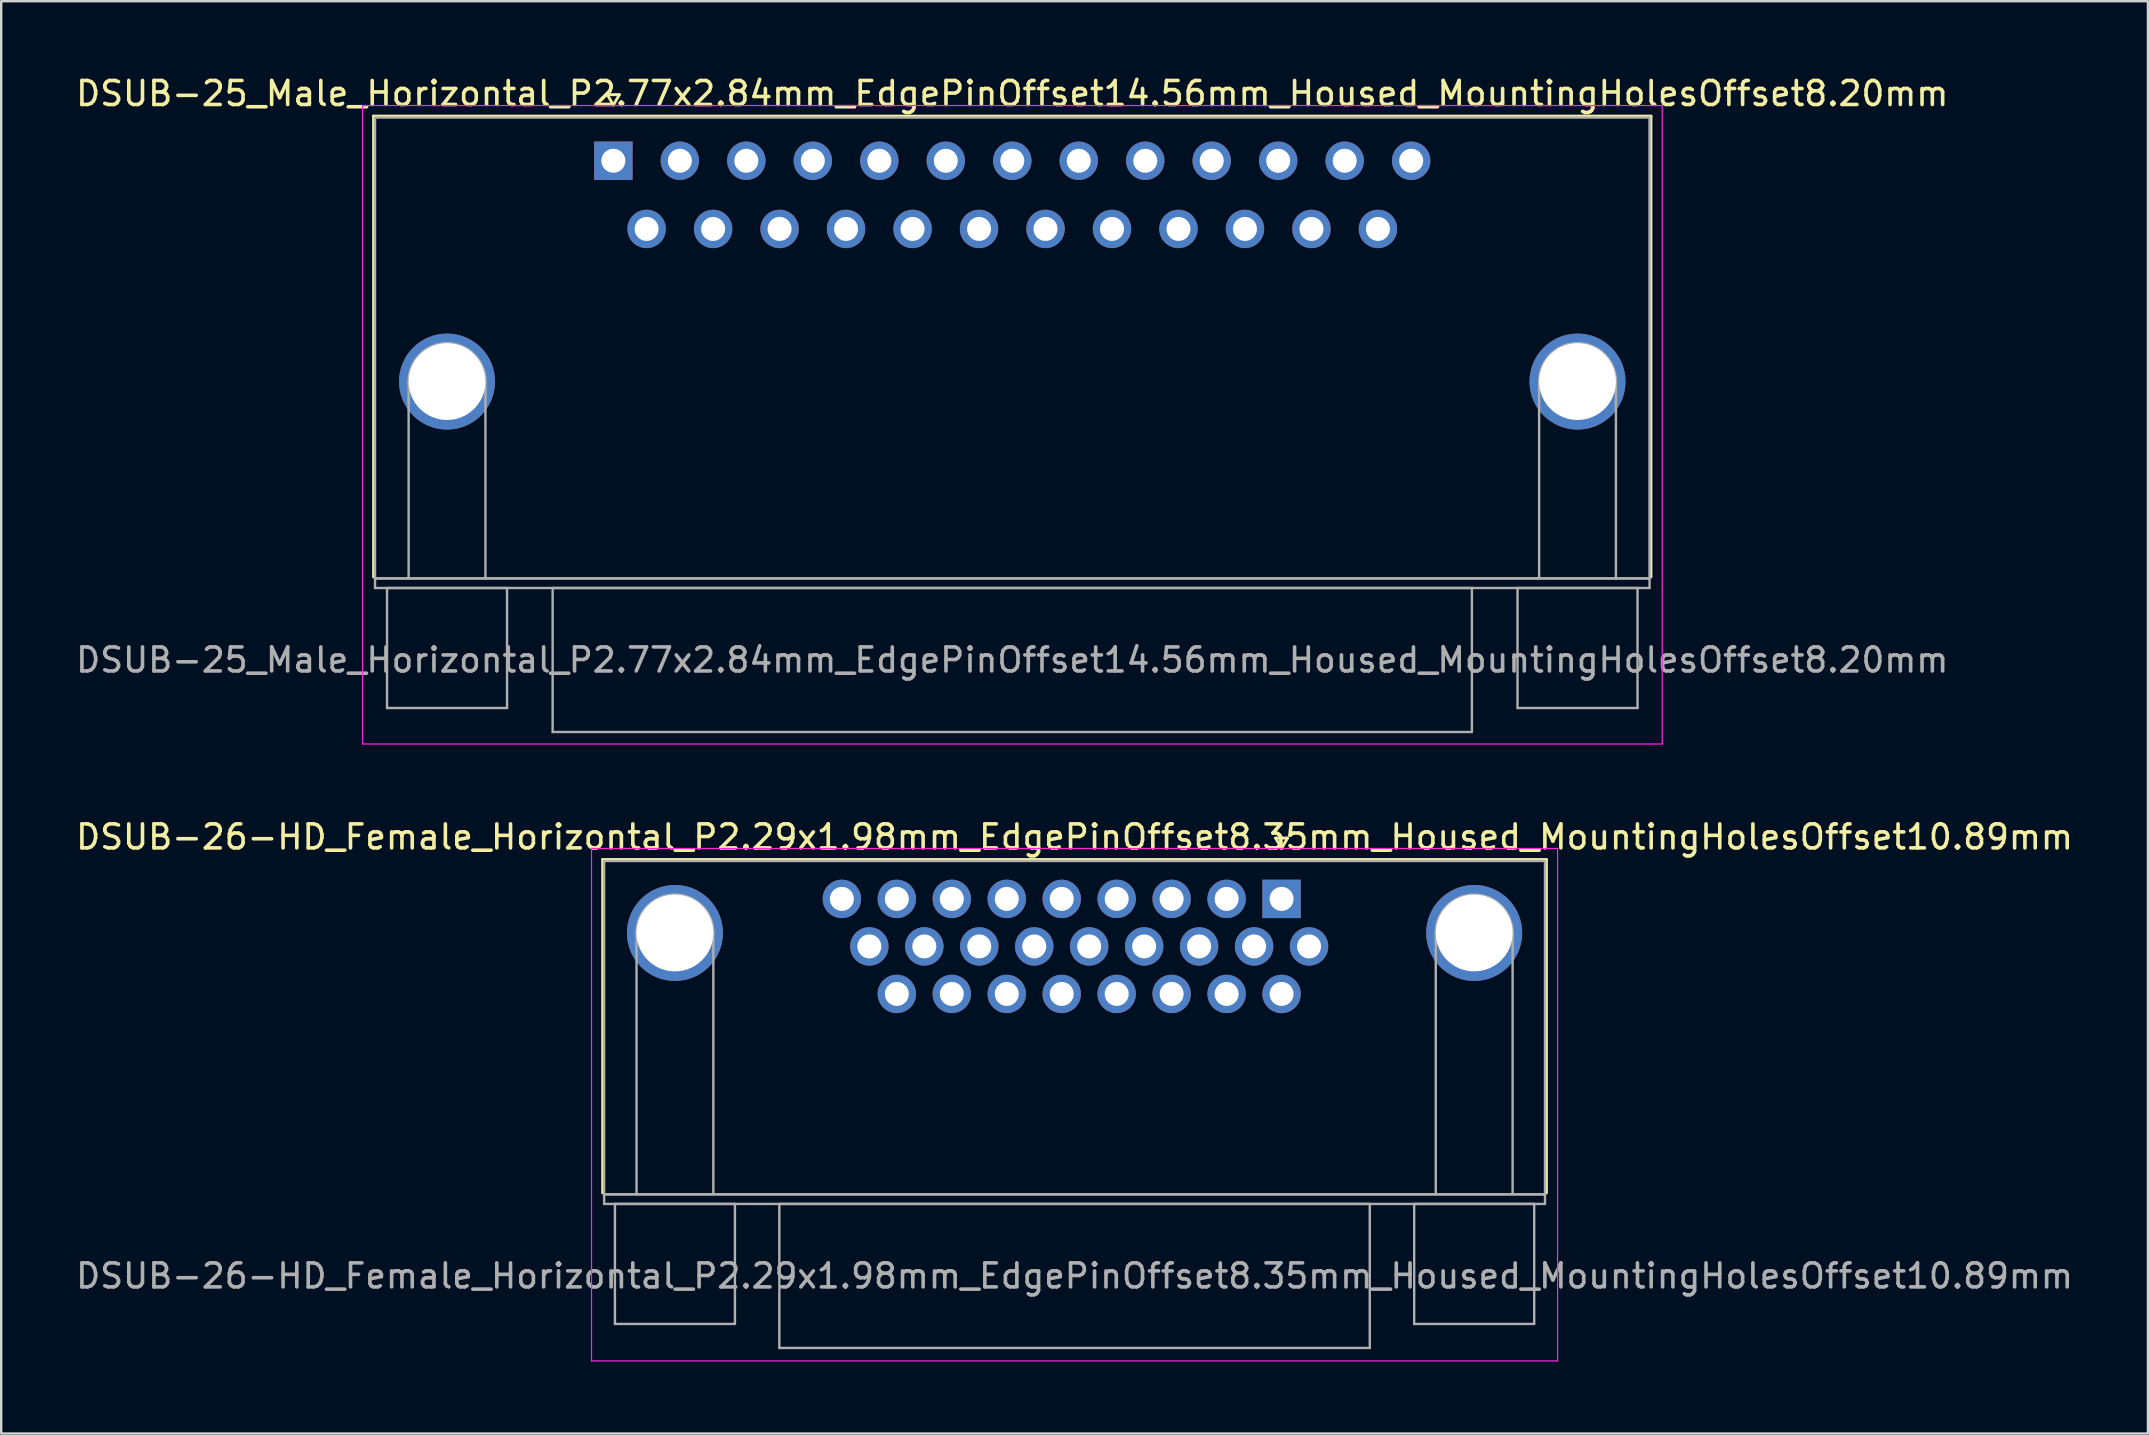
<source format=kicad_pcb>
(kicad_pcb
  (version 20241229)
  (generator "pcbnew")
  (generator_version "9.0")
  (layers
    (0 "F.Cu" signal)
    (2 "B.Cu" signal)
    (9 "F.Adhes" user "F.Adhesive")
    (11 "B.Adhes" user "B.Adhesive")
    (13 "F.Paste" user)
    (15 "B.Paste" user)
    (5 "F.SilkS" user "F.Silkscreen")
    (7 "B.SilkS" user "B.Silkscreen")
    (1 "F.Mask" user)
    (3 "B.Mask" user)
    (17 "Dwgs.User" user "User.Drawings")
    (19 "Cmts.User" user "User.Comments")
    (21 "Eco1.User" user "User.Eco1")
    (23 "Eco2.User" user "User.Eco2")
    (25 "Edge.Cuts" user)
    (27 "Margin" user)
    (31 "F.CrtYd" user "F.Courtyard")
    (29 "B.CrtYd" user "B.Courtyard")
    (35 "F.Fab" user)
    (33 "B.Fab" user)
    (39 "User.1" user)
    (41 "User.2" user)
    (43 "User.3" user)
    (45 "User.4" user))
  (footprint "DSUB-26-HD_Female_Horizontal_P2.29x1.98mm_EdgePinOffset8.35mm_Housed_MountingHolesOffset10.89mm"
    (layer "F.Cu")
    (at 50.345 34.401)
    (property "Reference" "DSUB-26-HD_Female_Horizontal_P2.29x1.98mm_EdgePinOffset8.35mm_Housed_MountingHolesOffset10.89mm" (at -8.625 -2.58 0) (layer "F.SilkS") (effects (font (size 1 1) (thickness 0.15))))
    (attr through_hole)
    (fp_line (start -28.285 -1.64) (end 11.035 -1.64) (stroke (width 0.12) (type solid)) (layer "F.SilkS"))
    (fp_line (start -28.285 12.25) (end -28.285 -1.64) (stroke (width 0.12) (type solid)) (layer "F.SilkS"))
    (fp_line (start -0.25 -2.534) (end 0.25 -2.534) (stroke (width 0.12) (type solid)) (layer "F.SilkS"))
    (fp_line (start 0 -2.101) (end -0.25 -2.534) (stroke (width 0.12) (type solid)) (layer "F.SilkS"))
    (fp_line (start 0.25 -2.534) (end 0 -2.101) (stroke (width 0.12) (type solid)) (layer "F.SilkS"))
    (fp_line (start 11.035 -1.64) (end 11.035 12.25) (stroke (width 0.12) (type solid)) (layer "F.SilkS"))
    (fp_line (start -28.75 -2.1) (end -28.75 19.25) (stroke (width 0.05) (type solid)) (layer "F.CrtYd"))
    (fp_line (start -28.75 19.25) (end 11.5 19.25) (stroke (width 0.05) (type solid)) (layer "F.CrtYd"))
    (fp_line (start 11.5 -2.1) (end -28.75 -2.1) (stroke (width 0.05) (type solid)) (layer "F.CrtYd"))
    (fp_line (start 11.5 19.25) (end 11.5 -2.1) (stroke (width 0.05) (type solid)) (layer "F.CrtYd"))
    (fp_line (start -28.225 -1.58) (end -28.225 12.31) (stroke (width 0.1) (type solid)) (layer "F.Fab"))
    (fp_line (start -28.225 12.31) (end -28.225 12.71) (stroke (width 0.1) (type solid)) (layer "F.Fab"))
    (fp_line (start -28.225 12.31) (end 10.975 12.31) (stroke (width 0.1) (type solid)) (layer "F.Fab"))
    (fp_line (start -28.225 12.71) (end 10.975 12.71) (stroke (width 0.1) (type solid)) (layer "F.Fab"))
    (fp_line (start -27.775 12.71) (end -27.775 17.71) (stroke (width 0.1) (type solid)) (layer "F.Fab"))
    (fp_line (start -27.775 17.71) (end -22.775 17.71) (stroke (width 0.1) (type solid)) (layer "F.Fab"))
    (fp_line (start -26.875 12.31) (end -26.875 1.42) (stroke (width 0.1) (type solid)) (layer "F.Fab"))
    (fp_line (start -23.675 12.31) (end -23.675 1.42) (stroke (width 0.1) (type solid)) (layer "F.Fab"))
    (fp_line (start -22.775 12.71) (end -27.775 12.71) (stroke (width 0.1) (type solid)) (layer "F.Fab"))
    (fp_line (start -22.775 17.71) (end -22.775 12.71) (stroke (width 0.1) (type solid)) (layer "F.Fab"))
    (fp_line (start -20.925 12.71) (end -20.925 18.71) (stroke (width 0.1) (type solid)) (layer "F.Fab"))
    (fp_line (start -20.925 18.71) (end 3.675 18.71) (stroke (width 0.1) (type solid)) (layer "F.Fab"))
    (fp_line (start 3.675 12.71) (end -20.925 12.71) (stroke (width 0.1) (type solid)) (layer "F.Fab"))
    (fp_line (start 3.675 18.71) (end 3.675 12.71) (stroke (width 0.1) (type solid)) (layer "F.Fab"))
    (fp_line (start 5.525 12.71) (end 5.525 17.71) (stroke (width 0.1) (type solid)) (layer "F.Fab"))
    (fp_line (start 5.525 17.71) (end 10.525 17.71) (stroke (width 0.1) (type solid)) (layer "F.Fab"))
    (fp_line (start 6.425 12.31) (end 6.425 1.42) (stroke (width 0.1) (type solid)) (layer "F.Fab"))
    (fp_line (start 9.625 12.31) (end 9.625 1.42) (stroke (width 0.1) (type solid)) (layer "F.Fab"))
    (fp_line (start 10.525 12.71) (end 5.525 12.71) (stroke (width 0.1) (type solid)) (layer "F.Fab"))
    (fp_line (start 10.525 17.71) (end 10.525 12.71) (stroke (width 0.1) (type solid)) (layer "F.Fab"))
    (fp_line (start 10.975 -1.58) (end -28.225 -1.58) (stroke (width 0.1) (type solid)) (layer "F.Fab"))
    (fp_line (start 10.975 12.31) (end -28.225 12.31) (stroke (width 0.1) (type solid)) (layer "F.Fab"))
    (fp_line (start 10.975 12.31) (end 10.975 -1.58) (stroke (width 0.1) (type solid)) (layer "F.Fab"))
    (fp_line (start 10.975 12.71) (end 10.975 12.31) (stroke (width 0.1) (type solid)) (layer "F.Fab"))
    (fp_arc (start -26.875 1.42) (mid -25.275 -0.18) (end -23.675 1.42) (stroke (width 0.1) (type solid)) (layer "F.Fab"))
    (fp_arc (start 6.425 1.42) (mid 8.025 -0.18) (end 9.625 1.42) (stroke (width 0.1) (type solid)) (layer "F.Fab"))
    (fp_text user "${REFERENCE}" (at -8.625 15.71 0) (layer "F.Fab") (effects (font (size 1 1) (thickness 0.15))))
    (pad "0" thru_hole circle (at -25.275 1.42) (size 4 4) (drill 3.2) (layers "*.Cu" "*.Mask"))
    (pad "0" thru_hole circle (at 8.025 1.42) (size 4 4) (drill 3.2) (layers "*.Cu" "*.Mask"))
    (pad "1" thru_hole rect (at 0 0) (size 1.6 1.6) (drill 1) (layers "*.Cu" "*.Mask"))
    (pad "2" thru_hole circle (at -2.29 0) (size 1.6 1.6) (drill 1) (layers "*.Cu" "*.Mask"))
    (pad "3" thru_hole circle (at -4.58 0) (size 1.6 1.6) (drill 1) (layers "*.Cu" "*.Mask"))
    (pad "4" thru_hole circle (at -6.87 0) (size 1.6 1.6) (drill 1) (layers "*.Cu" "*.Mask"))
    (pad "5" thru_hole circle (at -9.16 0) (size 1.6 1.6) (drill 1) (layers "*.Cu" "*.Mask"))
    (pad "6" thru_hole circle (at -11.45 0) (size 1.6 1.6) (drill 1) (layers "*.Cu" "*.Mask"))
    (pad "7" thru_hole circle (at -13.74 0) (size 1.6 1.6) (drill 1) (layers "*.Cu" "*.Mask"))
    (pad "8" thru_hole circle (at -16.03 0) (size 1.6 1.6) (drill 1) (layers "*.Cu" "*.Mask"))
    (pad "9" thru_hole circle (at -18.32 0) (size 1.6 1.6) (drill 1) (layers "*.Cu" "*.Mask"))
    (pad "10" thru_hole circle (at 1.145 1.98) (size 1.6 1.6) (drill 1) (layers "*.Cu" "*.Mask"))
    (pad "11" thru_hole circle (at -1.145 1.98) (size 1.6 1.6) (drill 1) (layers "*.Cu" "*.Mask"))
    (pad "12" thru_hole circle (at -3.435 1.98) (size 1.6 1.6) (drill 1) (layers "*.Cu" "*.Mask"))
    (pad "13" thru_hole circle (at -5.725 1.98) (size 1.6 1.6) (drill 1) (layers "*.Cu" "*.Mask"))
    (pad "14" thru_hole circle (at -8.015 1.98) (size 1.6 1.6) (drill 1) (layers "*.Cu" "*.Mask"))
    (pad "15" thru_hole circle (at -10.305 1.98) (size 1.6 1.6) (drill 1) (layers "*.Cu" "*.Mask"))
    (pad "16" thru_hole circle (at -12.595 1.98) (size 1.6 1.6) (drill 1) (layers "*.Cu" "*.Mask"))
    (pad "17" thru_hole circle (at -14.885 1.98) (size 1.6 1.6) (drill 1) (layers "*.Cu" "*.Mask"))
    (pad "18" thru_hole circle (at -17.175 1.98) (size 1.6 1.6) (drill 1) (layers "*.Cu" "*.Mask"))
    (pad "19" thru_hole circle (at 0 3.96) (size 1.6 1.6) (drill 1) (layers "*.Cu" "*.Mask"))
    (pad "20" thru_hole circle (at -2.29 3.96) (size 1.6 1.6) (drill 1) (layers "*.Cu" "*.Mask"))
    (pad "21" thru_hole circle (at -4.58 3.96) (size 1.6 1.6) (drill 1) (layers "*.Cu" "*.Mask"))
    (pad "22" thru_hole circle (at -6.87 3.96) (size 1.6 1.6) (drill 1) (layers "*.Cu" "*.Mask"))
    (pad "23" thru_hole circle (at -9.16 3.96) (size 1.6 1.6) (drill 1) (layers "*.Cu" "*.Mask"))
    (pad "24" thru_hole circle (at -11.45 3.96) (size 1.6 1.6) (drill 1) (layers "*.Cu" "*.Mask"))
    (pad "25" thru_hole circle (at -13.74 3.96) (size 1.6 1.6) (drill 1) (layers "*.Cu" "*.Mask"))
    (pad "26" thru_hole circle (at -16.03 3.96) (size 1.6 1.6) (drill 1) (layers "*.Cu" "*.Mask")))
  (footprint "DSUB-25_Male_Horizontal_P2.77x2.84mm_EdgePinOffset14.56mm_Housed_MountingHolesOffset8.20mm"
    (layer "F.Cu")
    (at 22.505 3.648)
    (property "Reference" "DSUB-25_Male_Horizontal_P2.77x2.84mm_EdgePinOffset14.56mm_Housed_MountingHolesOffset8.20mm" (at 16.62 -2.8 0) (layer "F.SilkS") (effects (font (size 1 1) (thickness 0.15))))
    (attr through_hole)
    (fp_line (start -9.99 -1.86) (end 43.23 -1.86) (stroke (width 0.12) (type solid)) (layer "F.SilkS"))
    (fp_line (start -9.99 17.34) (end -9.99 -1.86) (stroke (width 0.12) (type solid)) (layer "F.SilkS"))
    (fp_line (start -0.25 -2.754) (end 0.25 -2.754) (stroke (width 0.12) (type solid)) (layer "F.SilkS"))
    (fp_line (start 0 -2.321) (end -0.25 -2.754) (stroke (width 0.12) (type solid)) (layer "F.SilkS"))
    (fp_line (start 0.25 -2.754) (end 0 -2.321) (stroke (width 0.12) (type solid)) (layer "F.SilkS"))
    (fp_line (start 43.23 -1.86) (end 43.23 17.34) (stroke (width 0.12) (type solid)) (layer "F.SilkS"))
    (fp_line (start -10.45 -2.3) (end -10.45 24.3) (stroke (width 0.05) (type solid)) (layer "F.CrtYd"))
    (fp_line (start -10.45 24.3) (end 43.7 24.3) (stroke (width 0.05) (type solid)) (layer "F.CrtYd"))
    (fp_line (start 43.7 -2.3) (end -10.45 -2.3) (stroke (width 0.05) (type solid)) (layer "F.CrtYd"))
    (fp_line (start 43.7 24.3) (end 43.7 -2.3) (stroke (width 0.05) (type solid)) (layer "F.CrtYd"))
    (fp_line (start -9.93 -1.8) (end -9.93 17.4) (stroke (width 0.1) (type solid)) (layer "F.Fab"))
    (fp_line (start -9.93 17.4) (end -9.93 17.8) (stroke (width 0.1) (type solid)) (layer "F.Fab"))
    (fp_line (start -9.93 17.4) (end 43.17 17.4) (stroke (width 0.1) (type solid)) (layer "F.Fab"))
    (fp_line (start -9.93 17.8) (end 43.17 17.8) (stroke (width 0.1) (type solid)) (layer "F.Fab"))
    (fp_line (start -9.43 17.8) (end -9.43 22.8) (stroke (width 0.1) (type solid)) (layer "F.Fab"))
    (fp_line (start -9.43 22.8) (end -4.43 22.8) (stroke (width 0.1) (type solid)) (layer "F.Fab"))
    (fp_line (start -8.53 17.4) (end -8.53 9.2) (stroke (width 0.1) (type solid)) (layer "F.Fab"))
    (fp_line (start -5.33 17.4) (end -5.33 9.2) (stroke (width 0.1) (type solid)) (layer "F.Fab"))
    (fp_line (start -4.43 17.8) (end -9.43 17.8) (stroke (width 0.1) (type solid)) (layer "F.Fab"))
    (fp_line (start -4.43 22.8) (end -4.43 17.8) (stroke (width 0.1) (type solid)) (layer "F.Fab"))
    (fp_line (start -2.53 17.8) (end -2.53 23.8) (stroke (width 0.1) (type solid)) (layer "F.Fab"))
    (fp_line (start -2.53 23.8) (end 35.77 23.8) (stroke (width 0.1) (type solid)) (layer "F.Fab"))
    (fp_line (start 35.77 17.8) (end -2.53 17.8) (stroke (width 0.1) (type solid)) (layer "F.Fab"))
    (fp_line (start 35.77 23.8) (end 35.77 17.8) (stroke (width 0.1) (type solid)) (layer "F.Fab"))
    (fp_line (start 37.67 17.8) (end 37.67 22.8) (stroke (width 0.1) (type solid)) (layer "F.Fab"))
    (fp_line (start 37.67 22.8) (end 42.67 22.8) (stroke (width 0.1) (type solid)) (layer "F.Fab"))
    (fp_line (start 38.57 17.4) (end 38.57 9.2) (stroke (width 0.1) (type solid)) (layer "F.Fab"))
    (fp_line (start 41.77 17.4) (end 41.77 9.2) (stroke (width 0.1) (type solid)) (layer "F.Fab"))
    (fp_line (start 42.67 17.8) (end 37.67 17.8) (stroke (width 0.1) (type solid)) (layer "F.Fab"))
    (fp_line (start 42.67 22.8) (end 42.67 17.8) (stroke (width 0.1) (type solid)) (layer "F.Fab"))
    (fp_line (start 43.17 -1.8) (end -9.93 -1.8) (stroke (width 0.1) (type solid)) (layer "F.Fab"))
    (fp_line (start 43.17 17.4) (end -9.93 17.4) (stroke (width 0.1) (type solid)) (layer "F.Fab"))
    (fp_line (start 43.17 17.4) (end 43.17 -1.8) (stroke (width 0.1) (type solid)) (layer "F.Fab"))
    (fp_line (start 43.17 17.8) (end 43.17 17.4) (stroke (width 0.1) (type solid)) (layer "F.Fab"))
    (fp_arc (start -8.53 9.2) (mid -6.93 7.6) (end -5.33 9.2) (stroke (width 0.1) (type solid)) (layer "F.Fab"))
    (fp_arc (start 38.57 9.2) (mid 40.17 7.6) (end 41.77 9.2) (stroke (width 0.1) (type solid)) (layer "F.Fab"))
    (fp_text user "${REFERENCE}" (at 16.62 20.8 0) (layer "F.Fab") (effects (font (size 1 1) (thickness 0.15))))
    (pad "0" thru_hole circle (at -6.93 9.2) (size 4 4) (drill 3.2) (layers "*.Cu" "*.Mask"))
    (pad "0" thru_hole circle (at 40.17 9.2) (size 4 4) (drill 3.2) (layers "*.Cu" "*.Mask"))
    (pad "1" thru_hole rect (at 0 0) (size 1.6 1.6) (drill 1) (layers "*.Cu" "*.Mask"))
    (pad "2" thru_hole circle (at 2.77 0) (size 1.6 1.6) (drill 1) (layers "*.Cu" "*.Mask"))
    (pad "3" thru_hole circle (at 5.54 0) (size 1.6 1.6) (drill 1) (layers "*.Cu" "*.Mask"))
    (pad "4" thru_hole circle (at 8.31 0) (size 1.6 1.6) (drill 1) (layers "*.Cu" "*.Mask"))
    (pad "5" thru_hole circle (at 11.08 0) (size 1.6 1.6) (drill 1) (layers "*.Cu" "*.Mask"))
    (pad "6" thru_hole circle (at 13.85 0) (size 1.6 1.6) (drill 1) (layers "*.Cu" "*.Mask"))
    (pad "7" thru_hole circle (at 16.62 0) (size 1.6 1.6) (drill 1) (layers "*.Cu" "*.Mask"))
    (pad "8" thru_hole circle (at 19.39 0) (size 1.6 1.6) (drill 1) (layers "*.Cu" "*.Mask"))
    (pad "9" thru_hole circle (at 22.16 0) (size 1.6 1.6) (drill 1) (layers "*.Cu" "*.Mask"))
    (pad "10" thru_hole circle (at 24.93 0) (size 1.6 1.6) (drill 1) (layers "*.Cu" "*.Mask"))
    (pad "11" thru_hole circle (at 27.7 0) (size 1.6 1.6) (drill 1) (layers "*.Cu" "*.Mask"))
    (pad "12" thru_hole circle (at 30.47 0) (size 1.6 1.6) (drill 1) (layers "*.Cu" "*.Mask"))
    (pad "13" thru_hole circle (at 33.24 0) (size 1.6 1.6) (drill 1) (layers "*.Cu" "*.Mask"))
    (pad "14" thru_hole circle (at 1.385 2.84) (size 1.6 1.6) (drill 1) (layers "*.Cu" "*.Mask"))
    (pad "15" thru_hole circle (at 4.155 2.84) (size 1.6 1.6) (drill 1) (layers "*.Cu" "*.Mask"))
    (pad "16" thru_hole circle (at 6.925 2.84) (size 1.6 1.6) (drill 1) (layers "*.Cu" "*.Mask"))
    (pad "17" thru_hole circle (at 9.695 2.84) (size 1.6 1.6) (drill 1) (layers "*.Cu" "*.Mask"))
    (pad "18" thru_hole circle (at 12.465 2.84) (size 1.6 1.6) (drill 1) (layers "*.Cu" "*.Mask"))
    (pad "19" thru_hole circle (at 15.235 2.84) (size 1.6 1.6) (drill 1) (layers "*.Cu" "*.Mask"))
    (pad "20" thru_hole circle (at 18.005 2.84) (size 1.6 1.6) (drill 1) (layers "*.Cu" "*.Mask"))
    (pad "21" thru_hole circle (at 20.775 2.84) (size 1.6 1.6) (drill 1) (layers "*.Cu" "*.Mask"))
    (pad "22" thru_hole circle (at 23.545 2.84) (size 1.6 1.6) (drill 1) (layers "*.Cu" "*.Mask"))
    (pad "23" thru_hole circle (at 26.315 2.84) (size 1.6 1.6) (drill 1) (layers "*.Cu" "*.Mask"))
    (pad "24" thru_hole circle (at 29.085 2.84) (size 1.6 1.6) (drill 1) (layers "*.Cu" "*.Mask"))
    (pad "25" thru_hole circle (at 31.855 2.84) (size 1.6 1.6) (drill 1) (layers "*.Cu" "*.Mask")))
  (gr_rect
    (start -3 -3)
    (end 86.44 56.676)
    (stroke (width 0.1) (type default))
    (fill no)
    (layer "Edge.Cuts")))
</source>
